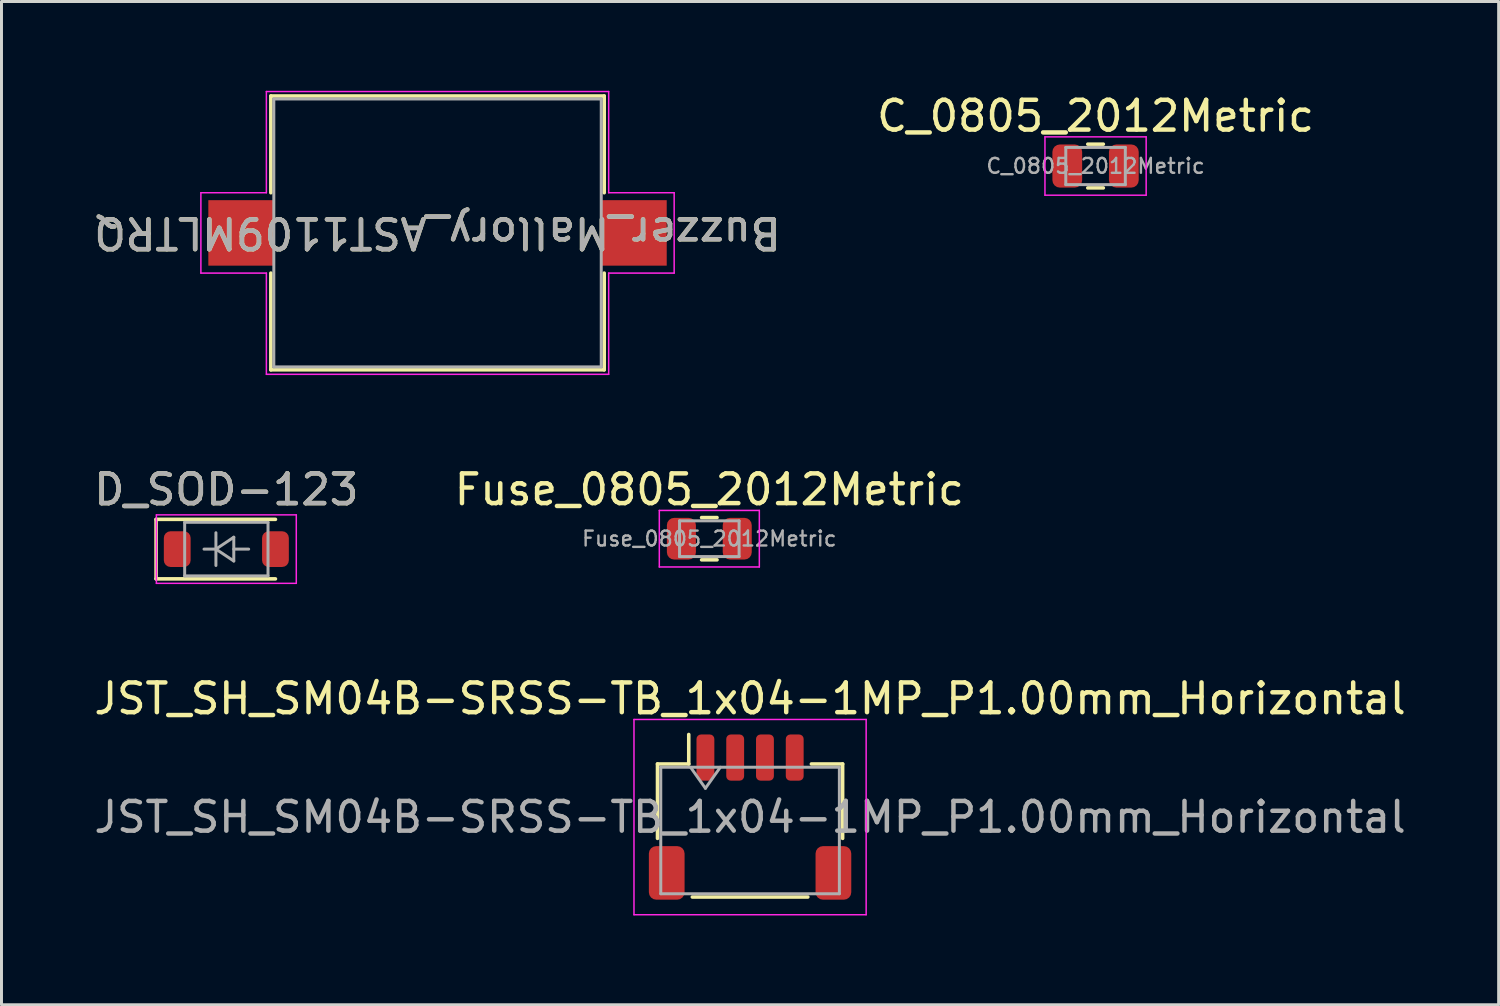
<source format=kicad_pcb>
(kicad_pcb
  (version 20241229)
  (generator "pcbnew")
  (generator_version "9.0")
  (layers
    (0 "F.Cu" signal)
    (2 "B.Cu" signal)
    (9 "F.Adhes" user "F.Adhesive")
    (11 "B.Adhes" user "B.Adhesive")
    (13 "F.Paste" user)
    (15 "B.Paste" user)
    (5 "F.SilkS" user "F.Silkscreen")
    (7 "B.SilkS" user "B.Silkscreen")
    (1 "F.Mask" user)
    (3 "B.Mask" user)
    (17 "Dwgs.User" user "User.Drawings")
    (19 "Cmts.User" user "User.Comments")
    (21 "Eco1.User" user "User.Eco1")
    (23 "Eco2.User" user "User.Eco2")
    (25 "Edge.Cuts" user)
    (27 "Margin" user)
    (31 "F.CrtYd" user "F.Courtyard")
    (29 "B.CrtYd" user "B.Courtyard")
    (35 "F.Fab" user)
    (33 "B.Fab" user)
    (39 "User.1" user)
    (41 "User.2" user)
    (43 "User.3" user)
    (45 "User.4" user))
  (footprint "Buzzer_Mallory_AST1109MLTRQ"
    (layer "F.Cu")
    (at 11.649 4.775)
    (property "Reference" "Buzzer_Mallory_AST1109MLTRQ" (at 0 0 180) (unlocked yes) (layer "F.SilkS") (effects (font (size 1 1) (thickness 0.15))))
    (attr smd)
    (fp_line (start -5.6 -4.6) (end 5.6 -4.6) (stroke (width 0.12) (type solid)) (layer "F.SilkS"))
    (fp_line (start -5.6 -1.35) (end -5.6 -4.6) (stroke (width 0.12) (type solid)) (layer "F.SilkS"))
    (fp_line (start -5.6 4.6) (end -5.6 1.35) (stroke (width 0.12) (type solid)) (layer "F.SilkS"))
    (fp_line (start 5.6 -4.6) (end 5.6 -1.35) (stroke (width 0.12) (type solid)) (layer "F.SilkS"))
    (fp_line (start 5.6 1.35) (end 5.6 4.6) (stroke (width 0.12) (type solid)) (layer "F.SilkS"))
    (fp_line (start 5.6 4.6) (end -5.6 4.6) (stroke (width 0.12) (type solid)) (layer "F.SilkS"))
    (fp_line (start -7.95 -1.35) (end -5.75 -1.35) (stroke (width 0.05) (type solid)) (layer "F.CrtYd"))
    (fp_line (start -7.95 1.35) (end -7.95 -1.35) (stroke (width 0.05) (type solid)) (layer "F.CrtYd"))
    (fp_line (start -5.75 -4.75) (end 5.75 -4.75) (stroke (width 0.05) (type solid)) (layer "F.CrtYd"))
    (fp_line (start -5.75 -1.35) (end -5.75 -4.75) (stroke (width 0.05) (type solid)) (layer "F.CrtYd"))
    (fp_line (start -5.75 1.35) (end -7.95 1.35) (stroke (width 0.05) (type solid)) (layer "F.CrtYd"))
    (fp_line (start -5.75 4.75) (end -5.75 1.35) (stroke (width 0.05) (type solid)) (layer "F.CrtYd"))
    (fp_line (start 5.75 -4.75) (end 5.75 -1.35) (stroke (width 0.05) (type solid)) (layer "F.CrtYd"))
    (fp_line (start 5.75 -1.35) (end 7.95 -1.35) (stroke (width 0.05) (type solid)) (layer "F.CrtYd"))
    (fp_line (start 5.75 1.35) (end 5.75 4.75) (stroke (width 0.05) (type solid)) (layer "F.CrtYd"))
    (fp_line (start 5.75 4.75) (end -5.75 4.75) (stroke (width 0.05) (type solid)) (layer "F.CrtYd"))
    (fp_line (start 7.95 -1.35) (end 7.95 1.35) (stroke (width 0.05) (type solid)) (layer "F.CrtYd"))
    (fp_line (start 7.95 1.35) (end 5.75 1.35) (stroke (width 0.05) (type solid)) (layer "F.CrtYd"))
    (fp_line (start -5.5 -4.5) (end 5.5 -4.5) (stroke (width 0.1) (type solid)) (layer "F.Fab"))
    (fp_line (start -5.5 4.5) (end -5.5 -4.5) (stroke (width 0.1) (type solid)) (layer "F.Fab"))
    (fp_line (start 5.5 -4.5) (end 5.5 4.5) (stroke (width 0.1) (type solid)) (layer "F.Fab"))
    (fp_line (start 5.5 4.5) (end -5.5 4.5) (stroke (width 0.1) (type solid)) (layer "F.Fab"))
    (fp_text user "${REFERENCE}" (at 0 0 180) (unlocked yes) (layer "F.Fab") (effects (font (size 1 1) (thickness 0.15))))
    (pad "1" smd rect (at -6.6 0 180) (size 2.2 2.2) (layers "F.Cu" "F.Mask" "F.Paste"))
    (pad "2" smd rect (at 6.6 0 180) (size 2.2 2.2) (layers "F.Cu" "F.Mask" "F.Paste")))
  (footprint "D_SOD-123"
    (layer "F.Cu")
    (at 4.554 15.398)
    (property "Reference" "D_SOD-123" (at 0 -2 0) (layer "F.SilkS") (effects (font (size 1 1) (thickness 0.15))))
    (attr smd)
    (fp_line (start -2.36 -1) (end -2.36 1) (stroke (width 0.12) (type solid)) (layer "F.SilkS"))
    (fp_line (start -2.36 -1) (end 1.65 -1) (stroke (width 0.12) (type solid)) (layer "F.SilkS"))
    (fp_line (start -2.36 1) (end 1.65 1) (stroke (width 0.12) (type solid)) (layer "F.SilkS"))
    (fp_line (start -2.35 -1.15) (end -2.35 1.15) (stroke (width 0.05) (type solid)) (layer "F.CrtYd"))
    (fp_line (start -2.35 -1.15) (end 2.35 -1.15) (stroke (width 0.05) (type solid)) (layer "F.CrtYd"))
    (fp_line (start 2.35 -1.15) (end 2.35 1.15) (stroke (width 0.05) (type solid)) (layer "F.CrtYd"))
    (fp_line (start 2.35 1.15) (end -2.35 1.15) (stroke (width 0.05) (type solid)) (layer "F.CrtYd"))
    (fp_line (start -1.4 -0.9) (end 1.4 -0.9) (stroke (width 0.1) (type solid)) (layer "F.Fab"))
    (fp_line (start -1.4 0.9) (end -1.4 -0.9) (stroke (width 0.1) (type solid)) (layer "F.Fab"))
    (fp_line (start -0.75 0) (end -0.35 0) (stroke (width 0.1) (type solid)) (layer "F.Fab"))
    (fp_line (start -0.35 0) (end -0.35 -0.55) (stroke (width 0.1) (type solid)) (layer "F.Fab"))
    (fp_line (start -0.35 0) (end -0.35 0.55) (stroke (width 0.1) (type solid)) (layer "F.Fab"))
    (fp_line (start -0.35 0) (end 0.25 -0.4) (stroke (width 0.1) (type solid)) (layer "F.Fab"))
    (fp_line (start 0.25 -0.4) (end 0.25 0.4) (stroke (width 0.1) (type solid)) (layer "F.Fab"))
    (fp_line (start 0.25 0) (end 0.75 0) (stroke (width 0.1) (type solid)) (layer "F.Fab"))
    (fp_line (start 0.25 0.4) (end -0.35 0) (stroke (width 0.1) (type solid)) (layer "F.Fab"))
    (fp_line (start 1.4 -0.9) (end 1.4 0.9) (stroke (width 0.1) (type solid)) (layer "F.Fab"))
    (fp_line (start 1.4 0.9) (end -1.4 0.9) (stroke (width 0.1) (type solid)) (layer "F.Fab"))
    (fp_text user "${REFERENCE}" (at 0 -2 0) (layer "F.Fab") (effects (font (size 1 1) (thickness 0.15))))
    (pad "1" smd roundrect (at -1.65 0 180) (size 0.9 1.2) (layers "F.Cu" "F.Mask" "F.Paste") (roundrect_rratio 0.25))
    (pad "2" smd roundrect (at 1.65 0 180) (size 0.9 1.2) (layers "F.Cu" "F.Mask" "F.Paste") (roundrect_rratio 0.25)))
  (footprint "JST_SH_SM04B-SRSS-TB_1x04-1MP_P1.00mm_Horizontal"
    (layer "F.Cu")
    (at 22.149 24.401)
    (property "Reference" "JST_SH_SM04B-SRSS-TB_1x04-1MP_P1.00mm_Horizontal" (at 0 -3.98 0) (layer "F.SilkS") (effects (font (size 1 1) (thickness 0.15))))
    (attr smd exclude_from_bom)
    (fp_line (start -3.11 -1.785) (end -2.06 -1.785) (stroke (width 0.12) (type solid)) (layer "F.SilkS"))
    (fp_line (start -3.11 0.715) (end -3.11 -1.785) (stroke (width 0.12) (type solid)) (layer "F.SilkS"))
    (fp_line (start -2.06 -1.785) (end -2.06 -2.775) (stroke (width 0.12) (type solid)) (layer "F.SilkS"))
    (fp_line (start -1.94 2.685) (end 1.94 2.685) (stroke (width 0.12) (type solid)) (layer "F.SilkS"))
    (fp_line (start 3.11 -1.785) (end 2.06 -1.785) (stroke (width 0.12) (type solid)) (layer "F.SilkS"))
    (fp_line (start 3.11 0.715) (end 3.11 -1.785) (stroke (width 0.12) (type solid)) (layer "F.SilkS"))
    (fp_line (start -3.9 -3.28) (end -3.9 3.28) (stroke (width 0.05) (type solid)) (layer "F.CrtYd"))
    (fp_line (start -3.9 3.28) (end 3.9 3.28) (stroke (width 0.05) (type solid)) (layer "F.CrtYd"))
    (fp_line (start 3.9 -3.28) (end -3.9 -3.28) (stroke (width 0.05) (type solid)) (layer "F.CrtYd"))
    (fp_line (start 3.9 3.28) (end 3.9 -3.28) (stroke (width 0.05) (type solid)) (layer "F.CrtYd"))
    (fp_line (start -3 -1.675) (end -3 2.575) (stroke (width 0.1) (type solid)) (layer "F.Fab"))
    (fp_line (start -3 -1.675) (end 3 -1.675) (stroke (width 0.1) (type solid)) (layer "F.Fab"))
    (fp_line (start -3 2.575) (end 3 2.575) (stroke (width 0.1) (type solid)) (layer "F.Fab"))
    (fp_line (start -2 -1.675) (end -1.5 -0.968) (stroke (width 0.1) (type solid)) (layer "F.Fab"))
    (fp_line (start -1.5 -0.968) (end -1 -1.675) (stroke (width 0.1) (type solid)) (layer "F.Fab"))
    (fp_line (start 3 -1.675) (end 3 2.575) (stroke (width 0.1) (type solid)) (layer "F.Fab"))
    (fp_text user "${REFERENCE}" (at 0 0 0) (layer "F.Fab") (effects (font (size 1 1) (thickness 0.15))))
    (pad "1" smd roundrect (at -1.5 -2 180) (size 0.6 1.55) (layers "F.Cu" "F.Mask" "F.Paste") (roundrect_rratio 0.25))
    (pad "2" smd roundrect (at -0.5 -2 180) (size 0.6 1.55) (layers "F.Cu" "F.Mask" "F.Paste") (roundrect_rratio 0.25))
    (pad "3" smd roundrect (at 0.5 -2 180) (size 0.6 1.55) (layers "F.Cu" "F.Mask" "F.Paste") (roundrect_rratio 0.25))
    (pad "4" smd roundrect (at 1.5 -2 180) (size 0.6 1.55) (layers "F.Cu" "F.Mask" "F.Paste") (roundrect_rratio 0.25))
    (pad "MP" smd roundrect (at -2.8 1.875 180) (size 1.2 1.8) (layers "F.Cu" "F.Mask" "F.Paste") (roundrect_rratio 0.208))
    (pad "MP" smd roundrect (at 2.8 1.875 180) (size 1.2 1.8) (layers "F.Cu" "F.Mask" "F.Paste") (roundrect_rratio 0.208)))
  (footprint "Fuse_0805_2012Metric"
    (layer "F.Cu")
    (at 20.78 15.048)
    (property "Reference" "Fuse_0805_2012Metric" (at 0 -1.65 0) (layer "F.SilkS") (effects (font (size 1 1) (thickness 0.15))))
    (attr smd)
    (fp_line (start -0.259 -0.71) (end 0.259 -0.71) (stroke (width 0.12) (type solid)) (layer "F.SilkS"))
    (fp_line (start -0.259 0.71) (end 0.259 0.71) (stroke (width 0.12) (type solid)) (layer "F.SilkS"))
    (fp_line (start -1.68 -0.95) (end 1.68 -0.95) (stroke (width 0.05) (type solid)) (layer "F.CrtYd"))
    (fp_line (start -1.68 0.95) (end -1.68 -0.95) (stroke (width 0.05) (type solid)) (layer "F.CrtYd"))
    (fp_line (start 1.68 -0.95) (end 1.68 0.95) (stroke (width 0.05) (type solid)) (layer "F.CrtYd"))
    (fp_line (start 1.68 0.95) (end -1.68 0.95) (stroke (width 0.05) (type solid)) (layer "F.CrtYd"))
    (fp_line (start -1 -0.6) (end 1 -0.6) (stroke (width 0.1) (type solid)) (layer "F.Fab"))
    (fp_line (start -1 0.6) (end -1 -0.6) (stroke (width 0.1) (type solid)) (layer "F.Fab"))
    (fp_line (start 1 -0.6) (end 1 0.6) (stroke (width 0.1) (type solid)) (layer "F.Fab"))
    (fp_line (start 1 0.6) (end -1 0.6) (stroke (width 0.1) (type solid)) (layer "F.Fab"))
    (fp_text user "${REFERENCE}" (at 0 0 0) (layer "F.Fab") (effects (font (size 0.5 0.5) (thickness 0.08))))
    (pad "1" smd roundrect (at -0.938 0 180) (size 0.975 1.4) (layers "F.Cu" "F.Mask" "F.Paste") (roundrect_rratio 0.25))
    (pad "2" smd roundrect (at 0.938 0 180) (size 0.975 1.4) (layers "F.Cu" "F.Mask" "F.Paste") (roundrect_rratio 0.25)))
  (footprint "C_0805_2012Metric"
    (layer "F.Cu")
    (at 33.756 2.528)
    (property "Reference" "C_0805_2012Metric" (at 0 -1.68 0) (layer "F.SilkS") (effects (font (size 1 1) (thickness 0.15))))
    (attr smd)
    (fp_line (start -0.261 -0.735) (end 0.261 -0.735) (stroke (width 0.12) (type solid)) (layer "F.SilkS"))
    (fp_line (start -0.261 0.735) (end 0.261 0.735) (stroke (width 0.12) (type solid)) (layer "F.SilkS"))
    (fp_line (start -1.7 -0.98) (end 1.7 -0.98) (stroke (width 0.05) (type solid)) (layer "F.CrtYd"))
    (fp_line (start -1.7 0.98) (end -1.7 -0.98) (stroke (width 0.05) (type solid)) (layer "F.CrtYd"))
    (fp_line (start 1.7 -0.98) (end 1.7 0.98) (stroke (width 0.05) (type solid)) (layer "F.CrtYd"))
    (fp_line (start 1.7 0.98) (end -1.7 0.98) (stroke (width 0.05) (type solid)) (layer "F.CrtYd"))
    (fp_line (start -1 -0.625) (end 1 -0.625) (stroke (width 0.1) (type solid)) (layer "F.Fab"))
    (fp_line (start -1 0.625) (end -1 -0.625) (stroke (width 0.1) (type solid)) (layer "F.Fab"))
    (fp_line (start 1 -0.625) (end 1 0.625) (stroke (width 0.1) (type solid)) (layer "F.Fab"))
    (fp_line (start 1 0.625) (end -1 0.625) (stroke (width 0.1) (type solid)) (layer "F.Fab"))
    (fp_text user "${REFERENCE}" (at 0 0 0) (layer "F.Fab") (effects (font (size 0.5 0.5) (thickness 0.08))))
    (pad "1" smd roundrect (at -0.95 0 180) (size 1 1.45) (layers "F.Cu" "F.Mask" "F.Paste") (roundrect_rratio 0.25))
    (pad "2" smd roundrect (at 0.95 0 180) (size 1 1.45) (layers "F.Cu" "F.Mask" "F.Paste") (roundrect_rratio 0.25)))
  (gr_rect
    (start -3 -3)
    (end 47.298 30.706)
    (stroke (width 0.1) (type default))
    (fill no)
    (layer "Edge.Cuts")))
</source>
